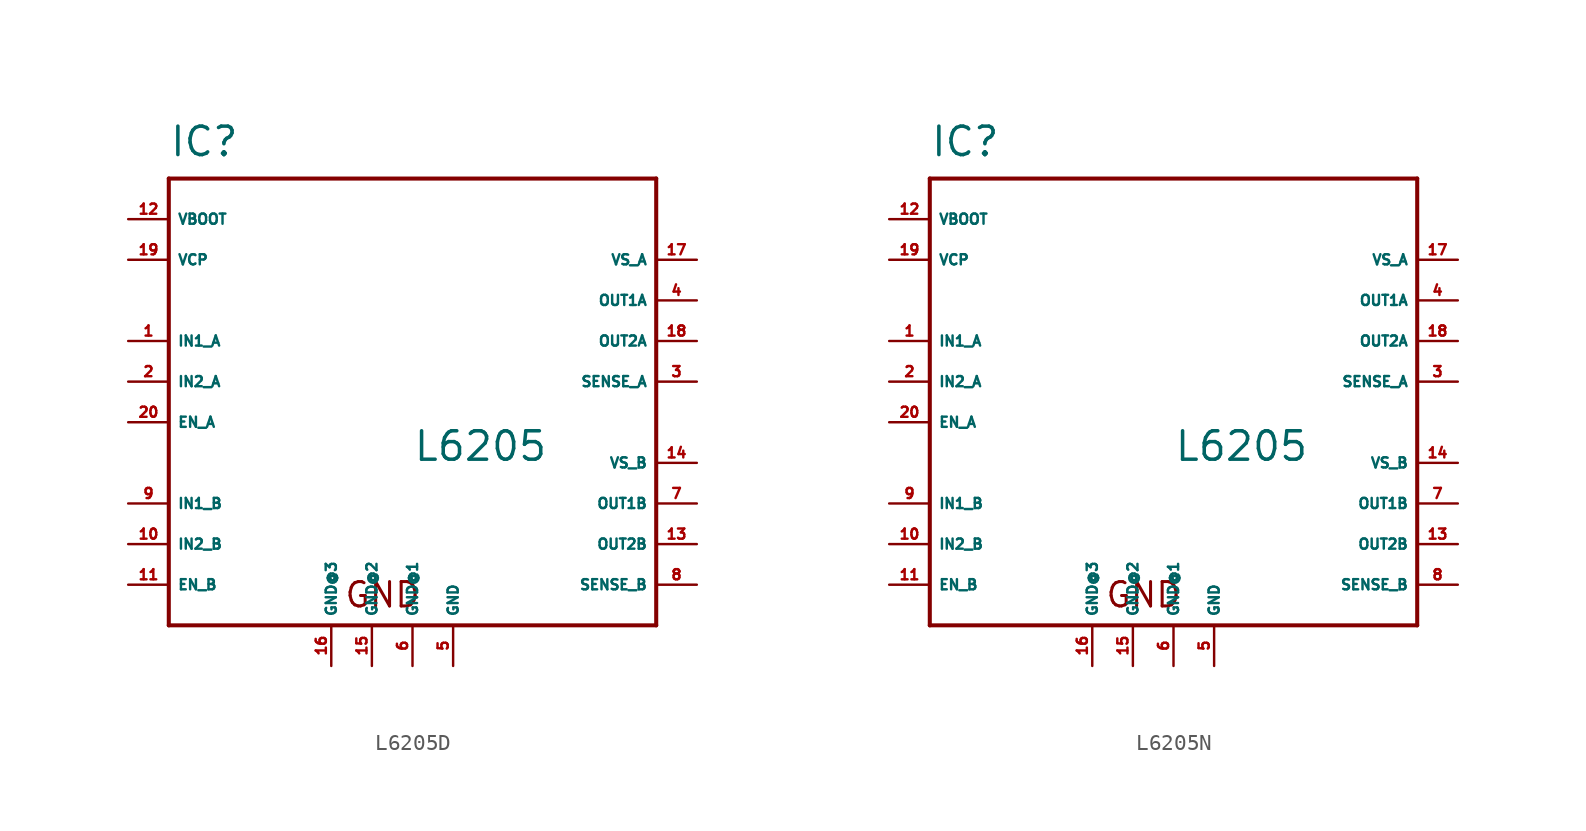
<source format=kicad_sym>
(kicad_symbol_lib
  (version 20220914)
  (generator Eagle2Kicad)
  (symbol "L6205D"
    (property "Reference" "IC"
      (at -15.24 13.97 0)
      (effects (font (size 1.778 1.778) (thickness 0.22)) (justify left bottom)))
    (property "Value" "L6205"
      (at 0 -5.08 0)
      (effects (font (size 1.778 1.778) (thickness 0.22)) (justify left bottom)))
    (polyline
      (pts (xy -15.24 12.7) (xy 15.24 12.7))
      (stroke (width 0.254) (type default))
      (fill (type none)))
    (polyline
      (pts (xy 15.24 12.7) (xy 15.24 -15.24))
      (stroke (width 0.254) (type default))
      (fill (type none)))
    (polyline
      (pts (xy 15.24 -15.24) (xy -15.24 -15.24))
      (stroke (width 0.254) (type default))
      (fill (type none)))
    (polyline
      (pts (xy -15.24 -15.24) (xy -15.24 12.7))
      (stroke (width 0.254) (type default))
      (fill (type none)))
    (text "GND"
      (at -4.318 -14.224 0)
      (effects (font (size 1.524 1.524) (thickness 0.19)) (justify left bottom)))
    (pin output line
      (at 17.78 2.54 180)
      (length 2.54)
      (name "OUT2A" (effects (font (size 0.635 0.635) (thickness 0.08)) (justify left bottom)))
      (number "18" (effects (font (size 0.635 0.635) (thickness 0.08)) (justify left bottom))))
    (pin unspecified line
      (at -17.78 7.62 0)
      (length 2.54)
      (name "VCP" (effects (font (size 0.635 0.635) (thickness 0.08)) (justify left bottom)))
      (number "19" (effects (font (size 0.635 0.635) (thickness 0.08)) (justify left bottom))))
    (pin unspecified line
      (at 17.78 7.62 180)
      (length 2.54)
      (name "VS_A" (effects (font (size 0.635 0.635) (thickness 0.08)) (justify left bottom)))
      (number "17" (effects (font (size 0.635 0.635) (thickness 0.08)) (justify left bottom))))
    (pin unspecified line
      (at 2.54 -17.78 90)
      (length 2.54)
      (name "GND" (effects (font (size 0.635 0.635) (thickness 0.08)) (justify left bottom)))
      (number "5" (effects (font (size 0.635 0.635) (thickness 0.08)) (justify left bottom))))
    (pin input line
      (at -17.78 0 0)
      (length 2.54)
      (name "IN2_A" (effects (font (size 0.635 0.635) (thickness 0.08)) (justify left bottom)))
      (number "2" (effects (font (size 0.635 0.635) (thickness 0.08)) (justify left bottom))))
    (pin input line
      (at -17.78 -2.54 0)
      (length 2.54)
      (name "EN_A" (effects (font (size 0.635 0.635) (thickness 0.08)) (justify left bottom)))
      (number "20" (effects (font (size 0.635 0.635) (thickness 0.08)) (justify left bottom))))
    (pin input line
      (at -17.78 2.54 0)
      (length 2.54)
      (name "IN1_A" (effects (font (size 0.635 0.635) (thickness 0.08)) (justify left bottom)))
      (number "1" (effects (font (size 0.635 0.635) (thickness 0.08)) (justify left bottom))))
    (pin output line
      (at 17.78 5.08 180)
      (length 2.54)
      (name "OUT1A" (effects (font (size 0.635 0.635) (thickness 0.08)) (justify left bottom)))
      (number "4" (effects (font (size 0.635 0.635) (thickness 0.08)) (justify left bottom))))
    (pin input line
      (at 17.78 -12.7 180)
      (length 2.54)
      (name "SENSE_B" (effects (font (size 0.635 0.635) (thickness 0.08)) (justify left bottom)))
      (number "8" (effects (font (size 0.635 0.635) (thickness 0.08)) (justify left bottom))))
    (pin unspecified line
      (at 0 -17.78 90)
      (length 2.54)
      (name "GND@1" (effects (font (size 0.635 0.635) (thickness 0.08)) (justify left bottom)))
      (number "6" (effects (font (size 0.635 0.635) (thickness 0.08)) (justify left bottom))))
    (pin unspecified line
      (at -2.54 -17.78 90)
      (length 2.54)
      (name "GND@2" (effects (font (size 0.635 0.635) (thickness 0.08)) (justify left bottom)))
      (number "15" (effects (font (size 0.635 0.635) (thickness 0.08)) (justify left bottom))))
    (pin unspecified line
      (at -5.08 -17.78 90)
      (length 2.54)
      (name "GND@3" (effects (font (size 0.635 0.635) (thickness 0.08)) (justify left bottom)))
      (number "16" (effects (font (size 0.635 0.635) (thickness 0.08)) (justify left bottom))))
    (pin input line
      (at -17.78 -7.62 0)
      (length 2.54)
      (name "IN1_B" (effects (font (size 0.635 0.635) (thickness 0.08)) (justify left bottom)))
      (number "9" (effects (font (size 0.635 0.635) (thickness 0.08)) (justify left bottom))))
    (pin input line
      (at -17.78 -10.16 0)
      (length 2.54)
      (name "IN2_B" (effects (font (size 0.635 0.635) (thickness 0.08)) (justify left bottom)))
      (number "10" (effects (font (size 0.635 0.635) (thickness 0.08)) (justify left bottom))))
    (pin input line
      (at -17.78 -12.7 0)
      (length 2.54)
      (name "EN_B" (effects (font (size 0.635 0.635) (thickness 0.08)) (justify left bottom)))
      (number "11" (effects (font (size 0.635 0.635) (thickness 0.08)) (justify left bottom))))
    (pin output line
      (at 17.78 -7.62 180)
      (length 2.54)
      (name "OUT1B" (effects (font (size 0.635 0.635) (thickness 0.08)) (justify left bottom)))
      (number "7" (effects (font (size 0.635 0.635) (thickness 0.08)) (justify left bottom))))
    (pin output line
      (at 17.78 -10.16 180)
      (length 2.54)
      (name "OUT2B" (effects (font (size 0.635 0.635) (thickness 0.08)) (justify left bottom)))
      (number "13" (effects (font (size 0.635 0.635) (thickness 0.08)) (justify left bottom))))
    (pin unspecified line
      (at 17.78 -5.08 180)
      (length 2.54)
      (name "VS_B" (effects (font (size 0.635 0.635) (thickness 0.08)) (justify left bottom)))
      (number "14" (effects (font (size 0.635 0.635) (thickness 0.08)) (justify left bottom))))
    (pin input line
      (at 17.78 0 180)
      (length 2.54)
      (name "SENSE_A" (effects (font (size 0.635 0.635) (thickness 0.08)) (justify left bottom)))
      (number "3" (effects (font (size 0.635 0.635) (thickness 0.08)) (justify left bottom))))
    (pin unspecified line
      (at -17.78 10.16 0)
      (length 2.54)
      (name "VBOOT" (effects (font (size 0.635 0.635) (thickness 0.08)) (justify left bottom)))
      (number "12" (effects (font (size 0.635 0.635) (thickness 0.08)) (justify left bottom)))))
  (symbol "L6205N"
    (property "Reference" "IC"
      (at -15.24 13.97 0)
      (effects (font (size 1.778 1.778) (thickness 0.22)) (justify left bottom)))
    (property "Value" "L6205"
      (at 0 -5.08 0)
      (effects (font (size 1.778 1.778) (thickness 0.22)) (justify left bottom)))
    (polyline
      (pts (xy -15.24 12.7) (xy 15.24 12.7))
      (stroke (width 0.254) (type default))
      (fill (type none)))
    (polyline
      (pts (xy 15.24 12.7) (xy 15.24 -15.24))
      (stroke (width 0.254) (type default))
      (fill (type none)))
    (polyline
      (pts (xy 15.24 -15.24) (xy -15.24 -15.24))
      (stroke (width 0.254) (type default))
      (fill (type none)))
    (polyline
      (pts (xy -15.24 -15.24) (xy -15.24 12.7))
      (stroke (width 0.254) (type default))
      (fill (type none)))
    (text "GND"
      (at -4.318 -14.224 0)
      (effects (font (size 1.524 1.524) (thickness 0.19)) (justify left bottom)))
    (pin output line
      (at 17.78 2.54 180)
      (length 2.54)
      (name "OUT2A" (effects (font (size 0.635 0.635) (thickness 0.08)) (justify left bottom)))
      (number "18" (effects (font (size 0.635 0.635) (thickness 0.08)) (justify left bottom))))
    (pin unspecified line
      (at -17.78 7.62 0)
      (length 2.54)
      (name "VCP" (effects (font (size 0.635 0.635) (thickness 0.08)) (justify left bottom)))
      (number "19" (effects (font (size 0.635 0.635) (thickness 0.08)) (justify left bottom))))
    (pin unspecified line
      (at 17.78 7.62 180)
      (length 2.54)
      (name "VS_A" (effects (font (size 0.635 0.635) (thickness 0.08)) (justify left bottom)))
      (number "17" (effects (font (size 0.635 0.635) (thickness 0.08)) (justify left bottom))))
    (pin unspecified line
      (at 2.54 -17.78 90)
      (length 2.54)
      (name "GND" (effects (font (size 0.635 0.635) (thickness 0.08)) (justify left bottom)))
      (number "5" (effects (font (size 0.635 0.635) (thickness 0.08)) (justify left bottom))))
    (pin input line
      (at -17.78 0 0)
      (length 2.54)
      (name "IN2_A" (effects (font (size 0.635 0.635) (thickness 0.08)) (justify left bottom)))
      (number "2" (effects (font (size 0.635 0.635) (thickness 0.08)) (justify left bottom))))
    (pin input line
      (at -17.78 -2.54 0)
      (length 2.54)
      (name "EN_A" (effects (font (size 0.635 0.635) (thickness 0.08)) (justify left bottom)))
      (number "20" (effects (font (size 0.635 0.635) (thickness 0.08)) (justify left bottom))))
    (pin input line
      (at -17.78 2.54 0)
      (length 2.54)
      (name "IN1_A" (effects (font (size 0.635 0.635) (thickness 0.08)) (justify left bottom)))
      (number "1" (effects (font (size 0.635 0.635) (thickness 0.08)) (justify left bottom))))
    (pin output line
      (at 17.78 5.08 180)
      (length 2.54)
      (name "OUT1A" (effects (font (size 0.635 0.635) (thickness 0.08)) (justify left bottom)))
      (number "4" (effects (font (size 0.635 0.635) (thickness 0.08)) (justify left bottom))))
    (pin input line
      (at 17.78 -12.7 180)
      (length 2.54)
      (name "SENSE_B" (effects (font (size 0.635 0.635) (thickness 0.08)) (justify left bottom)))
      (number "8" (effects (font (size 0.635 0.635) (thickness 0.08)) (justify left bottom))))
    (pin unspecified line
      (at 0 -17.78 90)
      (length 2.54)
      (name "GND@1" (effects (font (size 0.635 0.635) (thickness 0.08)) (justify left bottom)))
      (number "6" (effects (font (size 0.635 0.635) (thickness 0.08)) (justify left bottom))))
    (pin unspecified line
      (at -2.54 -17.78 90)
      (length 2.54)
      (name "GND@2" (effects (font (size 0.635 0.635) (thickness 0.08)) (justify left bottom)))
      (number "15" (effects (font (size 0.635 0.635) (thickness 0.08)) (justify left bottom))))
    (pin unspecified line
      (at -5.08 -17.78 90)
      (length 2.54)
      (name "GND@3" (effects (font (size 0.635 0.635) (thickness 0.08)) (justify left bottom)))
      (number "16" (effects (font (size 0.635 0.635) (thickness 0.08)) (justify left bottom))))
    (pin input line
      (at -17.78 -7.62 0)
      (length 2.54)
      (name "IN1_B" (effects (font (size 0.635 0.635) (thickness 0.08)) (justify left bottom)))
      (number "9" (effects (font (size 0.635 0.635) (thickness 0.08)) (justify left bottom))))
    (pin input line
      (at -17.78 -10.16 0)
      (length 2.54)
      (name "IN2_B" (effects (font (size 0.635 0.635) (thickness 0.08)) (justify left bottom)))
      (number "10" (effects (font (size 0.635 0.635) (thickness 0.08)) (justify left bottom))))
    (pin input line
      (at -17.78 -12.7 0)
      (length 2.54)
      (name "EN_B" (effects (font (size 0.635 0.635) (thickness 0.08)) (justify left bottom)))
      (number "11" (effects (font (size 0.635 0.635) (thickness 0.08)) (justify left bottom))))
    (pin output line
      (at 17.78 -7.62 180)
      (length 2.54)
      (name "OUT1B" (effects (font (size 0.635 0.635) (thickness 0.08)) (justify left bottom)))
      (number "7" (effects (font (size 0.635 0.635) (thickness 0.08)) (justify left bottom))))
    (pin output line
      (at 17.78 -10.16 180)
      (length 2.54)
      (name "OUT2B" (effects (font (size 0.635 0.635) (thickness 0.08)) (justify left bottom)))
      (number "13" (effects (font (size 0.635 0.635) (thickness 0.08)) (justify left bottom))))
    (pin unspecified line
      (at 17.78 -5.08 180)
      (length 2.54)
      (name "VS_B" (effects (font (size 0.635 0.635) (thickness 0.08)) (justify left bottom)))
      (number "14" (effects (font (size 0.635 0.635) (thickness 0.08)) (justify left bottom))))
    (pin input line
      (at 17.78 0 180)
      (length 2.54)
      (name "SENSE_A" (effects (font (size 0.635 0.635) (thickness 0.08)) (justify left bottom)))
      (number "3" (effects (font (size 0.635 0.635) (thickness 0.08)) (justify left bottom))))
    (pin unspecified line
      (at -17.78 10.16 0)
      (length 2.54)
      (name "VBOOT" (effects (font (size 0.635 0.635) (thickness 0.08)) (justify left bottom)))
      (number "12" (effects (font (size 0.635 0.635) (thickness 0.08)) (justify left bottom))))))
</source>
